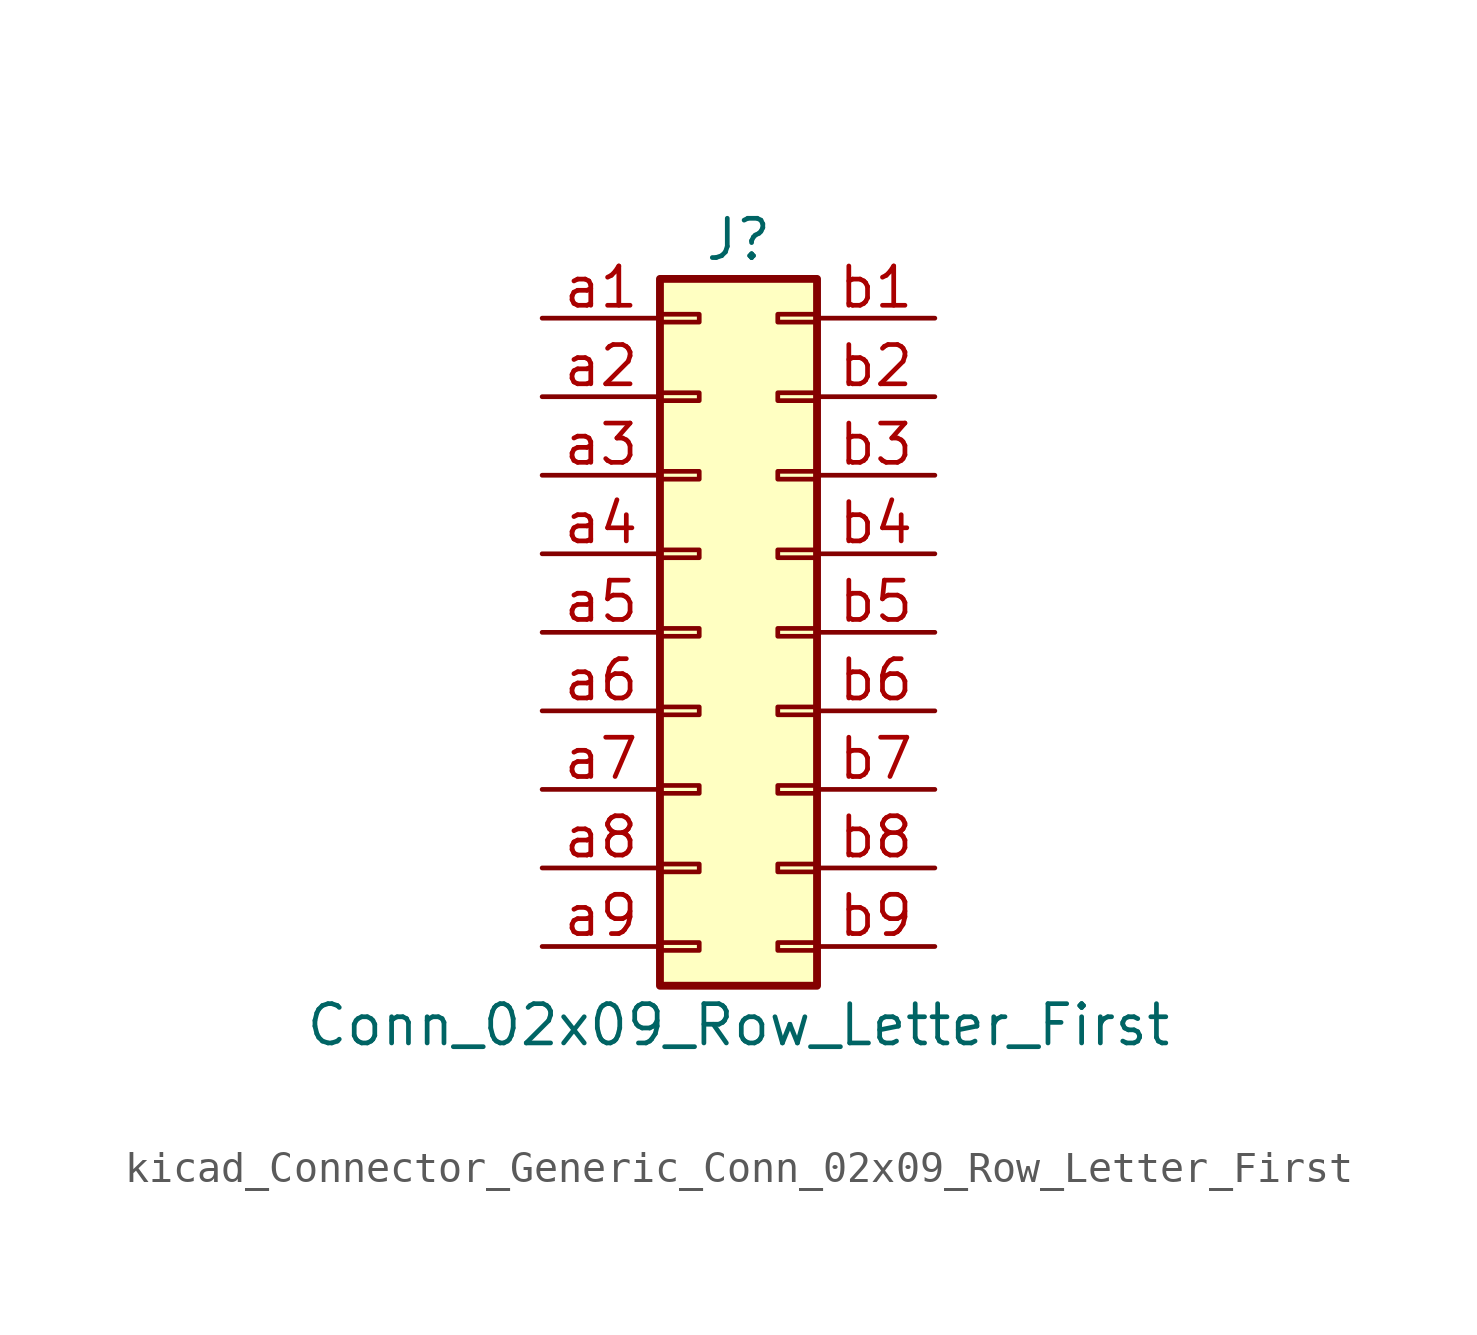
<source format=kicad_sym>
(kicad_symbol_lib
  (version 20220914)
  (generator kicad_symbol_editor)
  (symbol "kicad_Connector_Generic_Conn_02x09_Row_Letter_First"
    (pin_names
      (offset 1.016) hide)
    (property "Reference" "J"
      (at 1.27 12.7 0)
      (effects (font (size 1.27 1.27))))
    (property "Value" "Conn_02x09_Row_Letter_First"
      (at 1.27 -12.7 0)
      (effects (font (size 1.27 1.27))))
    (symbol "kicad_Connector_Generic_Conn_02x09_Row_Letter_First_1_1"
      (rectangle (start -1.27 -10.033) (end 0 -10.287) (stroke (width 0.152) (type default)) (fill (type none)))
      (rectangle (start -1.27 -7.493) (end 0 -7.747) (stroke (width 0.152) (type default)) (fill (type none)))
      (rectangle (start -1.27 -4.953) (end 0 -5.207) (stroke (width 0.152) (type default)) (fill (type none)))
      (rectangle (start -1.27 -2.413) (end 0 -2.667) (stroke (width 0.152) (type default)) (fill (type none)))
      (rectangle (start -1.27 0.127) (end 0 -0.127) (stroke (width 0.152) (type default)) (fill (type none)))
      (rectangle (start -1.27 2.667) (end 0 2.413) (stroke (width 0.152) (type default)) (fill (type none)))
      (rectangle (start -1.27 5.207) (end 0 4.953) (stroke (width 0.152) (type default)) (fill (type none)))
      (rectangle (start -1.27 7.747) (end 0 7.493) (stroke (width 0.152) (type default)) (fill (type none)))
      (rectangle (start -1.27 10.287) (end 0 10.033) (stroke (width 0.152) (type default)) (fill (type none)))
      (rectangle (start -1.27 11.43) (end 3.81 -11.43) (stroke (width 0.254) (type default)) (fill (type background)))
      (rectangle (start 3.81 -10.033) (end 2.54 -10.287) (stroke (width 0.152) (type default)) (fill (type none)))
      (rectangle (start 3.81 -7.493) (end 2.54 -7.747) (stroke (width 0.152) (type default)) (fill (type none)))
      (rectangle (start 3.81 -4.953) (end 2.54 -5.207) (stroke (width 0.152) (type default)) (fill (type none)))
      (rectangle (start 3.81 -2.413) (end 2.54 -2.667) (stroke (width 0.152) (type default)) (fill (type none)))
      (rectangle (start 3.81 0.127) (end 2.54 -0.127) (stroke (width 0.152) (type default)) (fill (type none)))
      (rectangle (start 3.81 2.667) (end 2.54 2.413) (stroke (width 0.152) (type default)) (fill (type none)))
      (rectangle (start 3.81 5.207) (end 2.54 4.953) (stroke (width 0.152) (type default)) (fill (type none)))
      (rectangle (start 3.81 7.747) (end 2.54 7.493) (stroke (width 0.152) (type default)) (fill (type none)))
      (rectangle (start 3.81 10.287) (end 2.54 10.033) (stroke (width 0.152) (type default)) (fill (type none)))
      (pin passive line (at -5.08 10.16 0) (length 3.81) (name "Pin_a1" (effects (font (size 1.27 1.27)))) (number "a1" (effects (font (size 1.27 1.27)))))
      (pin passive line (at -5.08 7.62 0) (length 3.81) (name "Pin_a2" (effects (font (size 1.27 1.27)))) (number "a2" (effects (font (size 1.27 1.27)))))
      (pin passive line (at -5.08 5.08 0) (length 3.81) (name "Pin_a3" (effects (font (size 1.27 1.27)))) (number "a3" (effects (font (size 1.27 1.27)))))
      (pin passive line (at -5.08 2.54 0) (length 3.81) (name "Pin_a4" (effects (font (size 1.27 1.27)))) (number "a4" (effects (font (size 1.27 1.27)))))
      (pin passive line (at -5.08 0 0) (length 3.81) (name "Pin_a5" (effects (font (size 1.27 1.27)))) (number "a5" (effects (font (size 1.27 1.27)))))
      (pin passive line (at -5.08 -2.54 0) (length 3.81) (name "Pin_a6" (effects (font (size 1.27 1.27)))) (number "a6" (effects (font (size 1.27 1.27)))))
      (pin passive line (at -5.08 -5.08 0) (length 3.81) (name "Pin_a7" (effects (font (size 1.27 1.27)))) (number "a7" (effects (font (size 1.27 1.27)))))
      (pin passive line (at -5.08 -7.62 0) (length 3.81) (name "Pin_a8" (effects (font (size 1.27 1.27)))) (number "a8" (effects (font (size 1.27 1.27)))))
      (pin passive line (at -5.08 -10.16 0) (length 3.81) (name "Pin_a9" (effects (font (size 1.27 1.27)))) (number "a9" (effects (font (size 1.27 1.27)))))
      (pin passive line (at 7.62 10.16 180) (length 3.81) (name "Pin_b1" (effects (font (size 1.27 1.27)))) (number "b1" (effects (font (size 1.27 1.27)))))
      (pin passive line (at 7.62 7.62 180) (length 3.81) (name "Pin_b2" (effects (font (size 1.27 1.27)))) (number "b2" (effects (font (size 1.27 1.27)))))
      (pin passive line (at 7.62 5.08 180) (length 3.81) (name "Pin_b3" (effects (font (size 1.27 1.27)))) (number "b3" (effects (font (size 1.27 1.27)))))
      (pin passive line (at 7.62 2.54 180) (length 3.81) (name "Pin_b4" (effects (font (size 1.27 1.27)))) (number "b4" (effects (font (size 1.27 1.27)))))
      (pin passive line (at 7.62 0 180) (length 3.81) (name "Pin_b5" (effects (font (size 1.27 1.27)))) (number "b5" (effects (font (size 1.27 1.27)))))
      (pin passive line (at 7.62 -2.54 180) (length 3.81) (name "Pin_b6" (effects (font (size 1.27 1.27)))) (number "b6" (effects (font (size 1.27 1.27)))))
      (pin passive line (at 7.62 -5.08 180) (length 3.81) (name "Pin_b7" (effects (font (size 1.27 1.27)))) (number "b7" (effects (font (size 1.27 1.27)))))
      (pin passive line (at 7.62 -7.62 180) (length 3.81) (name "Pin_b8" (effects (font (size 1.27 1.27)))) (number "b8" (effects (font (size 1.27 1.27)))))
      (pin passive line (at 7.62 -10.16 180) (length 3.81) (name "Pin_b9" (effects (font (size 1.27 1.27)))) (number "b9" (effects (font (size 1.27 1.27))))))))
</source>
